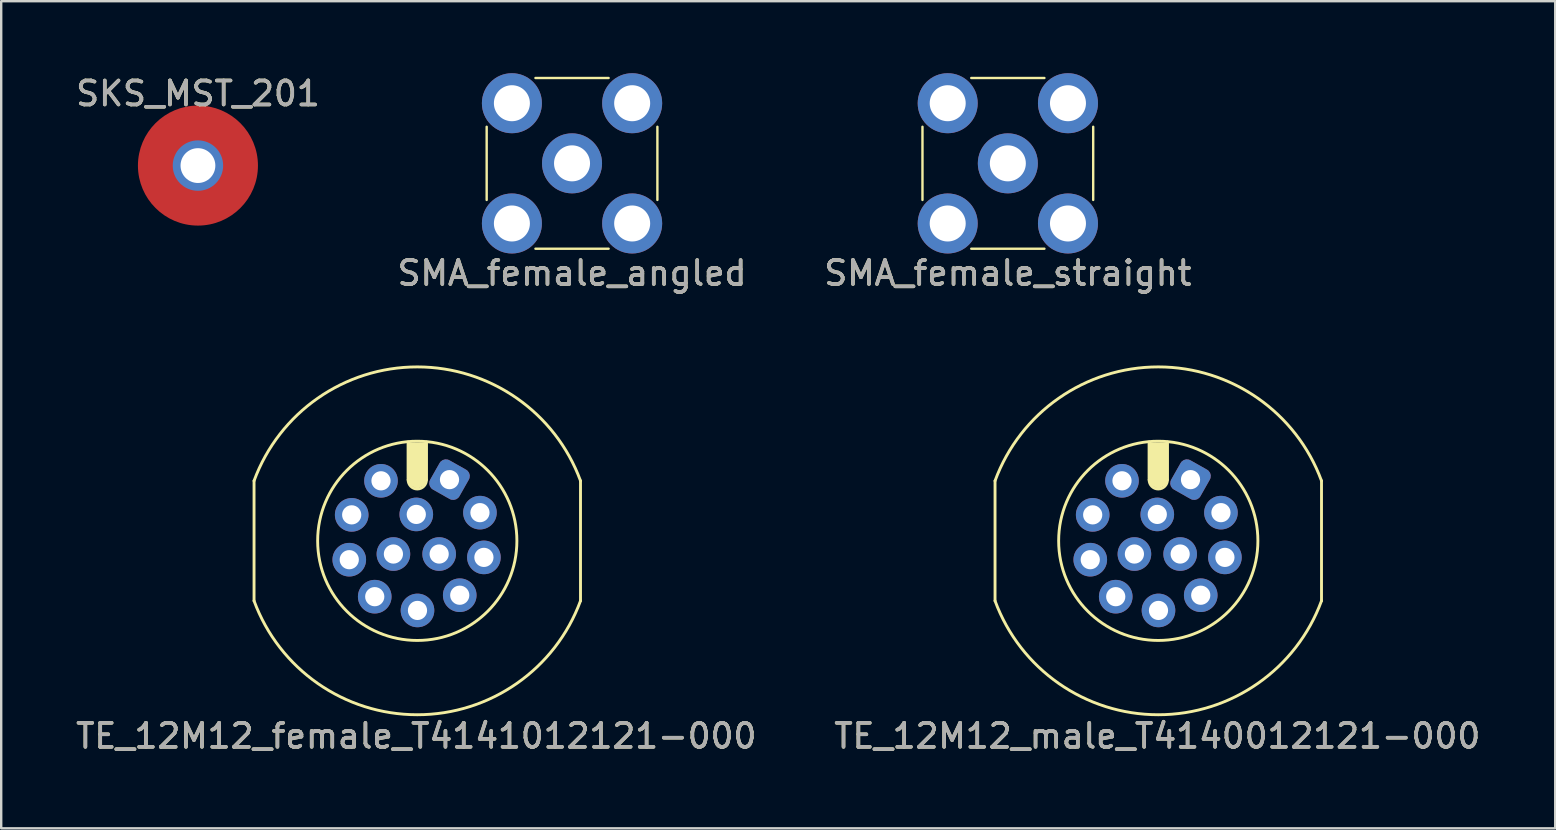
<source format=kicad_pcb>
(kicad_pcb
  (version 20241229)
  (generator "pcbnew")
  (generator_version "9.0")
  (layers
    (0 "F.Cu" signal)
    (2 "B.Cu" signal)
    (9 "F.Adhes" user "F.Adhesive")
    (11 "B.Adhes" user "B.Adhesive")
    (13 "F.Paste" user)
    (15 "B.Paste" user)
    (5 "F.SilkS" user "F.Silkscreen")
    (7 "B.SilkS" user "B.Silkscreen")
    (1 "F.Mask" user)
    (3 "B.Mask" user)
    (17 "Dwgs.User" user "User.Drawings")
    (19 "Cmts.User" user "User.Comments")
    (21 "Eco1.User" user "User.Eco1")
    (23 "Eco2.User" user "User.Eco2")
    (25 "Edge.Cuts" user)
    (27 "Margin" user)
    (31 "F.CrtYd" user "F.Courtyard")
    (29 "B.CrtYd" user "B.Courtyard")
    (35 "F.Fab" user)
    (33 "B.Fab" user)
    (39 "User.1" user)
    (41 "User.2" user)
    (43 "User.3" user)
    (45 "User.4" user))
  (footprint "SKS_MST_201"
    (layer "F.Cu")
    (at 5.196 3.848)
    (property "Reference" "SKS_MST_201" (at 0 -3 0) (unlocked yes) (layer "F.SilkS") (effects (font (size 1 1) (thickness 0.15))))
    (attr through_hole)
    (fp_text user "${REFERENCE}" (at 0 -3 0) (unlocked yes) (layer "F.Fab") (effects (font (size 1 1) (thickness 0.15))))
    (pad "1" thru_hole circle (at 0 0) (size 2.1 2.1) (drill 1.45) (layers "*.Cu" "*.Mask"))
    (pad "1" smd circle (at 0 0) (size 5 5) (layers "F.Cu" "F.Mask" "F.Paste")))
  (footprint "TE_12M12_female_T4141012121-000"
    (layer "F.Cu")
    (at 14.292 19.48)
    (property "Reference" "TE_12M12_female_T4141012121-000" (at 0 8.128 0) (unlocked yes) (layer "F.SilkS") (effects (font (size 1 1) (thickness 0.15))))
    (attr through_hole)
    (fp_line (start -6.759 -2.5) (end -6.759 2.5) (stroke (width 0.12) (type default)) (layer "F.SilkS"))
    (fp_line (start -0.34 -4.115) (end -0.34 -2.54) (stroke (width 0.12) (type default)) (layer "F.SilkS"))
    (fp_line (start 0.422 -4.115) (end 0.422 -2.54) (stroke (width 0.12) (type default)) (layer "F.SilkS"))
    (fp_line (start 6.841 -2.5) (end 6.841 2.5) (stroke (width 0.12) (type default)) (layer "F.SilkS"))
    (fp_arc (start -6.759 -2.5) (mid 0.041 -7.244999) (end 6.841 -2.5) (stroke (width 0.12) (type default)) (layer "F.SilkS"))
    (fp_arc (start 0.422 -2.54) (mid 0.041 -2.159) (end -0.34 -2.54) (stroke (width 0.12) (type default)) (layer "F.SilkS"))
    (fp_arc (start 6.841 2.5) (mid 0.041 7.244999) (end -6.759 2.5) (stroke (width 0.12) (type default)) (layer "F.SilkS"))
    (fp_circle (center 0.041 0) (end 4.191 0) (stroke (width 0.12) (type default)) (fill no) (layer "F.SilkS"))
    (fp_poly (pts (xy 0.422 -4.048) (xy 0.422 -2.6) (xy 0.295 -2.346) (xy 0.041 -2.219) (xy -0.213 -2.346) (xy -0.34 -2.6) (xy -0.34 -4.048)) (stroke (width 0.1) (type solid)) (fill yes) (layer "F.SilkS"))
    (fp_text user "${REFERENCE}" (at 0 8.128 0) (unlocked yes) (layer "F.Fab") (effects (font (size 1 1) (thickness 0.15))))
    (pad "1" thru_hole roundrect (at 1.384 -2.549 330.5) (size 1.4 1.4) (drill 0.8) (layers "*.Cu" "*.Mask") (roundrect_rratio 0.214))
    (pad "2" thru_hole circle (at -1.47 -2.5 327) (size 1.4 1.4) (drill 0.8) (layers "*.Cu" "*.Mask"))
    (pad "3" thru_hole circle (at -2.691 -1.082 327) (size 1.4 1.4) (drill 0.8) (layers "*.Cu" "*.Mask"))
    (pad "4" thru_hole circle (at -2.792 0.786 327) (size 1.4 1.4) (drill 0.8) (layers "*.Cu" "*.Mask"))
    (pad "5" thru_hole circle (at -1.731 2.327 327) (size 1.4 1.4) (drill 0.8) (layers "*.Cu" "*.Mask"))
    (pad "6" thru_hole circle (at 0.05 2.9 327) (size 1.4 1.4) (drill 0.8) (layers "*.Cu" "*.Mask"))
    (pad "7" thru_hole circle (at 1.81 2.266 327) (size 1.4 1.4) (drill 0.8) (layers "*.Cu" "*.Mask"))
    (pad "8" thru_hole circle (at 2.817 0.69 327) (size 1.4 1.4) (drill 0.8) (layers "*.Cu" "*.Mask"))
    (pad "9" thru_hole circle (at 2.652 -1.174 327) (size 1.4 1.4) (drill 0.8) (layers "*.Cu" "*.Mask"))
    (pad "10" thru_hole circle (at 0 -1.1 327) (size 1.4 1.4) (drill 0.8) (layers "*.Cu" "*.Mask"))
    (pad "11" thru_hole circle (at -0.953 0.55 327) (size 1.4 1.4) (drill 0.8) (layers "*.Cu" "*.Mask"))
    (pad "12" thru_hole circle (at 0.953 0.55 327) (size 1.4 1.4) (drill 0.8) (layers "*.Cu" "*.Mask")))
  (footprint "SMA_female_straight"
    (layer "F.Cu")
    (at 38.935 3.755)
    (property "Reference" "SMA_female_straight" (at 0 4.572 0) (unlocked yes) (layer "F.SilkS") (effects (font (size 1 1) (thickness 0.15))))
    (attr through_hole)
    (fp_line (start -3.556 -1.524) (end -3.556 1.524) (stroke (width 0.1) (type default)) (layer "F.SilkS"))
    (fp_line (start -1.524 -3.556) (end 1.524 -3.556) (stroke (width 0.1) (type default)) (layer "F.SilkS"))
    (fp_line (start 1.524 3.556) (end -1.524 3.556) (stroke (width 0.1) (type default)) (layer "F.SilkS"))
    (fp_line (start 3.556 -1.524) (end 3.556 1.524) (stroke (width 0.1) (type default)) (layer "F.SilkS"))
    (fp_text user "${REFERENCE}" (at 0 4.572 0) (unlocked yes) (layer "F.Fab") (effects (font (size 1 1) (thickness 0.15))))
    (pad "1" thru_hole circle (at 0 0) (size 2.5 2.5) (drill 1.5) (layers "*.Cu" "*.Mask"))
    (pad "2" thru_hole circle (at -2.505 -2.505) (size 2.5 2.5) (drill 1.5) (layers "*.Cu" "*.Mask"))
    (pad "2" thru_hole circle (at -2.505 2.505) (size 2.5 2.5) (drill 1.5) (layers "*.Cu" "*.Mask"))
    (pad "2" thru_hole circle (at 2.505 -2.505) (size 2.5 2.5) (drill 1.5) (layers "*.Cu" "*.Mask"))
    (pad "2" thru_hole circle (at 2.505 2.505) (size 2.5 2.5) (drill 1.5) (layers "*.Cu" "*.Mask")))
  (footprint "TE_12M12_male_T4140012121-000"
    (layer "F.Cu")
    (at 45.161 19.48)
    (property "Reference" "TE_12M12_male_T4140012121-000" (at 0 8.128 0) (unlocked yes) (layer "F.SilkS") (effects (font (size 1 1) (thickness 0.15))))
    (attr through_hole)
    (fp_line (start -6.759 -2.5) (end -6.759 2.5) (stroke (width 0.12) (type default)) (layer "F.SilkS"))
    (fp_line (start -0.34 -4.115) (end -0.34 -2.54) (stroke (width 0.12) (type default)) (layer "F.SilkS"))
    (fp_line (start 0.422 -4.115) (end 0.422 -2.54) (stroke (width 0.12) (type default)) (layer "F.SilkS"))
    (fp_line (start 6.841 -2.5) (end 6.841 2.5) (stroke (width 0.12) (type default)) (layer "F.SilkS"))
    (fp_arc (start -6.759 -2.5) (mid 0.041 -7.244999) (end 6.841 -2.5) (stroke (width 0.12) (type default)) (layer "F.SilkS"))
    (fp_arc (start 0.422 -2.54) (mid 0.041 -2.159) (end -0.34 -2.54) (stroke (width 0.12) (type default)) (layer "F.SilkS"))
    (fp_arc (start 6.841 2.5) (mid 0.041 7.244999) (end -6.759 2.5) (stroke (width 0.12) (type default)) (layer "F.SilkS"))
    (fp_circle (center 0.041 0) (end 4.191 0) (stroke (width 0.12) (type default)) (fill no) (layer "F.SilkS"))
    (fp_poly (pts (xy 0.422 -4.048) (xy 0.422 -2.6) (xy 0.295 -2.346) (xy 0.041 -2.219) (xy -0.213 -2.346) (xy -0.34 -2.6) (xy -0.34 -4.048)) (stroke (width 0.1) (type solid)) (fill yes) (layer "F.SilkS"))
    (fp_text user "${REFERENCE}" (at 0 8.128 0) (unlocked yes) (layer "F.Fab") (effects (font (size 1 1) (thickness 0.15))))
    (pad "1" thru_hole roundrect (at 1.384 -2.549 330.5) (size 1.4 1.4) (drill 0.8) (layers "*.Cu" "*.Mask") (roundrect_rratio 0.214))
    (pad "2" thru_hole circle (at -1.47 -2.5 327) (size 1.4 1.4) (drill 0.8) (layers "*.Cu" "*.Mask"))
    (pad "3" thru_hole circle (at -2.691 -1.082 327) (size 1.4 1.4) (drill 0.8) (layers "*.Cu" "*.Mask"))
    (pad "4" thru_hole circle (at -2.792 0.786 327) (size 1.4 1.4) (drill 0.8) (layers "*.Cu" "*.Mask"))
    (pad "5" thru_hole circle (at -1.731 2.327 327) (size 1.4 1.4) (drill 0.8) (layers "*.Cu" "*.Mask"))
    (pad "6" thru_hole circle (at 0.05 2.9 327) (size 1.4 1.4) (drill 0.8) (layers "*.Cu" "*.Mask"))
    (pad "7" thru_hole circle (at 1.81 2.266 327) (size 1.4 1.4) (drill 0.8) (layers "*.Cu" "*.Mask"))
    (pad "8" thru_hole circle (at 2.817 0.69 327) (size 1.4 1.4) (drill 0.8) (layers "*.Cu" "*.Mask"))
    (pad "9" thru_hole circle (at 2.652 -1.174 327) (size 1.4 1.4) (drill 0.8) (layers "*.Cu" "*.Mask"))
    (pad "10" thru_hole circle (at 0 -1.1 327) (size 1.4 1.4) (drill 0.8) (layers "*.Cu" "*.Mask"))
    (pad "11" thru_hole circle (at -0.953 0.55 327) (size 1.4 1.4) (drill 0.8) (layers "*.Cu" "*.Mask"))
    (pad "12" thru_hole circle (at 0.953 0.55 327) (size 1.4 1.4) (drill 0.8) (layers "*.Cu" "*.Mask")))
  (footprint "SMA_female_angled"
    (layer "F.Cu")
    (at 20.78 3.755)
    (property "Reference" "SMA_female_angled" (at 0 4.572 0) (unlocked yes) (layer "F.SilkS") (effects (font (size 1 1) (thickness 0.15))))
    (attr through_hole)
    (fp_line (start -3.556 -1.524) (end -3.556 1.524) (stroke (width 0.1) (type default)) (layer "F.SilkS"))
    (fp_line (start -1.524 -3.556) (end 1.524 -3.556) (stroke (width 0.1) (type default)) (layer "F.SilkS"))
    (fp_line (start 1.524 3.556) (end -1.524 3.556) (stroke (width 0.1) (type default)) (layer "F.SilkS"))
    (fp_line (start 3.556 -1.524) (end 3.556 1.524) (stroke (width 0.1) (type default)) (layer "F.SilkS"))
    (fp_text user "${REFERENCE}" (at 0 4.572 0) (unlocked yes) (layer "F.Fab") (effects (font (size 1 1) (thickness 0.15))))
    (pad "1" thru_hole circle (at 0 0) (size 2.5 2.5) (drill 1.5) (layers "*.Cu" "*.Mask"))
    (pad "2" thru_hole circle (at -2.505 -2.505) (size 2.5 2.5) (drill 1.5) (layers "*.Cu" "*.Mask"))
    (pad "2" thru_hole circle (at -2.505 2.505) (size 2.5 2.5) (drill 1.5) (layers "*.Cu" "*.Mask"))
    (pad "2" thru_hole circle (at 2.505 -2.505) (size 2.5 2.5) (drill 1.5) (layers "*.Cu" "*.Mask"))
    (pad "2" thru_hole circle (at 2.505 2.505) (size 2.5 2.5) (drill 1.5) (layers "*.Cu" "*.Mask")))
  (gr_rect
    (start -3 -3)
    (end 61.738 31.456)
    (stroke (width 0.1) (type default))
    (fill no)
    (layer "Edge.Cuts")))
</source>
